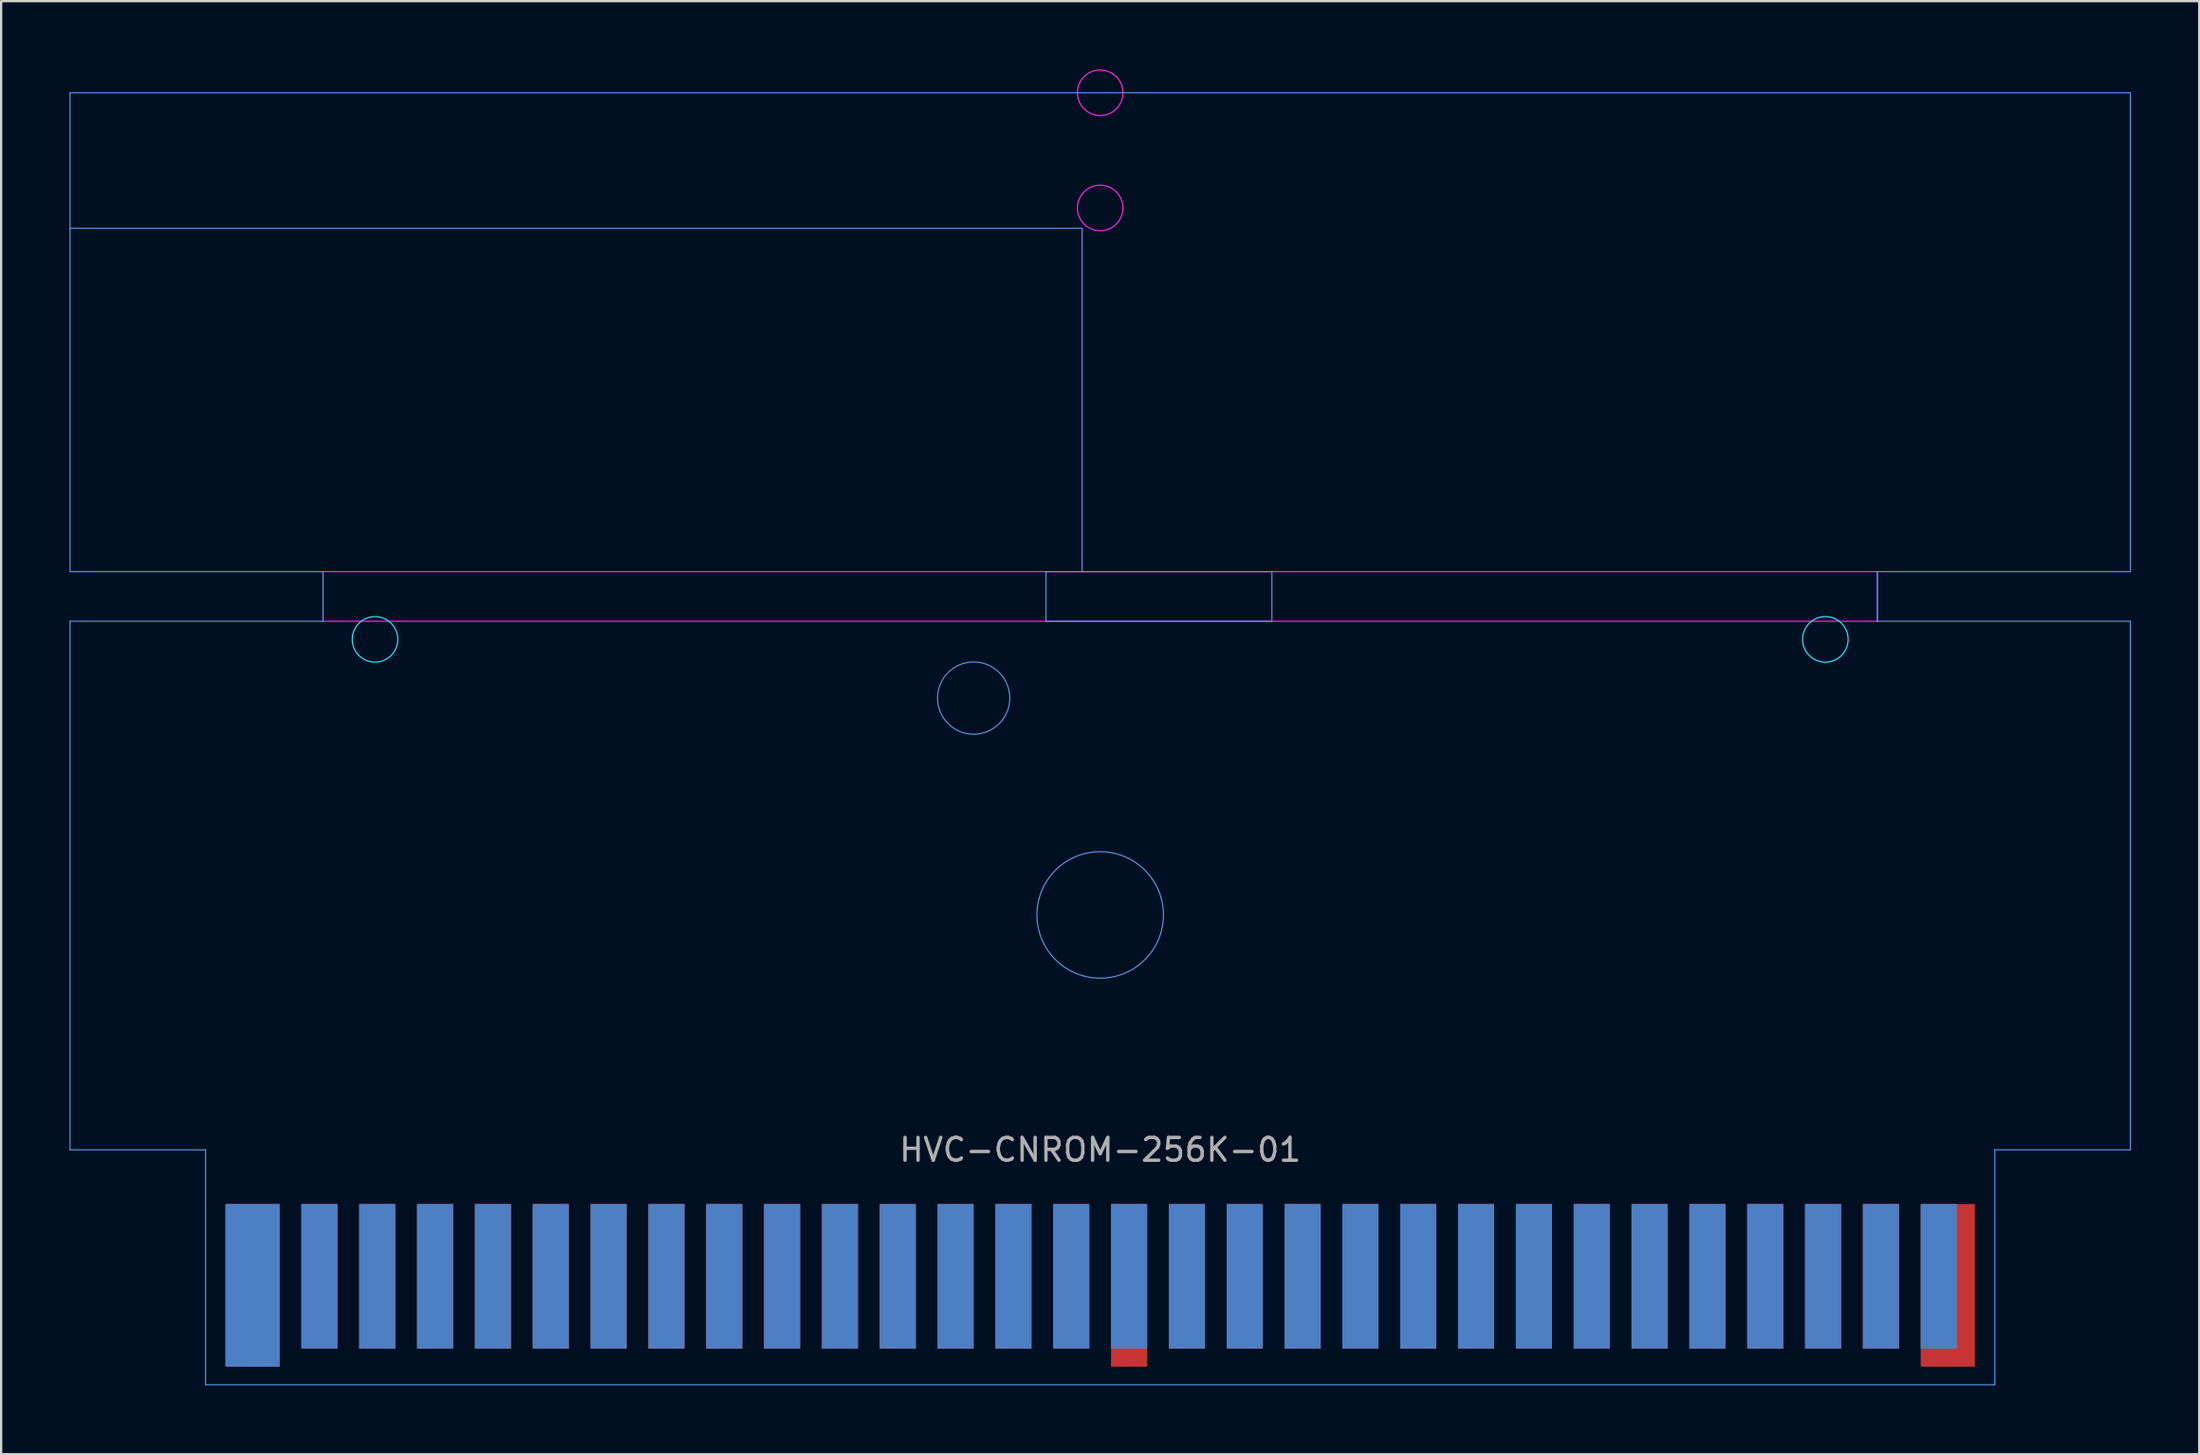
<source format=kicad_pcb>
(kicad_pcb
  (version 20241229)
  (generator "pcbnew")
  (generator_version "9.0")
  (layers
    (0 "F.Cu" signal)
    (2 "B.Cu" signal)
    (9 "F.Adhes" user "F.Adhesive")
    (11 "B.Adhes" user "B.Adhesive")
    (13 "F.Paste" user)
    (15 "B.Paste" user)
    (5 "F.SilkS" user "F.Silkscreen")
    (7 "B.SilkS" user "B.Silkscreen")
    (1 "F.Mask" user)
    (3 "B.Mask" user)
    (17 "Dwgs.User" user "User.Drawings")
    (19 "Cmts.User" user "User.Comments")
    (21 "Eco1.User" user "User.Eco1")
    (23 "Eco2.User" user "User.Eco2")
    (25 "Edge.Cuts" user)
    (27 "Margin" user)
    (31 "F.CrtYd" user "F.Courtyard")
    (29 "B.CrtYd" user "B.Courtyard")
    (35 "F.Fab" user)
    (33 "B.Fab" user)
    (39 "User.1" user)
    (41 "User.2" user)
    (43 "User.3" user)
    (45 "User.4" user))
  (footprint "HVC-CNROM-256K-01"
    (layer "F.Cu")
    (at 45.269 47.459)
    (property "Reference" "HVC-CNROM-256K-01" (at 0 0 0) (layer "F.Fab") (effects (font (size 1 1) (thickness 0.15))))
    (attr through_hole)
    (fp_poly (pts (xy 39.291 10.319) (xy -39.291 10.319) (xy -39.291 3.572) (xy 39.291 3.572)) (stroke (width 0.1) (type solid)) (fill yes) (layer "F.Mask"))
    (fp_poly (pts (xy 39.291 10.319) (xy -39.291 10.319) (xy -39.291 3.572) (xy 39.291 3.572)) (stroke (width 0.1) (type solid)) (fill yes) (layer "B.Mask"))
    (fp_line (start -45.244 -25.4) (end -45.244 -46.434) (stroke (width 0.05) (type solid)) (layer "Cmts.User"))
    (fp_line (start -45.244 0) (end -45.244 -23.217) (stroke (width 0.05) (type solid)) (layer "Cmts.User"))
    (fp_line (start -39.291 0) (end -45.244 0) (stroke (width 0.05) (type solid)) (layer "Cmts.User"))
    (fp_line (start -39.291 0) (end -39.291 10.319) (stroke (width 0.05) (type solid)) (layer "Cmts.User"))
    (fp_line (start -39.291 10.319) (end 39.291 10.319) (stroke (width 0.05) (type solid)) (layer "Cmts.User"))
    (fp_line (start -34.131 -25.4) (end -45.244 -25.4) (stroke (width 0.05) (type solid)) (layer "Cmts.User"))
    (fp_line (start -34.131 -23.217) (end -45.244 -23.217) (stroke (width 0.05) (type solid)) (layer "Cmts.User"))
    (fp_line (start -34.131 -23.217) (end -34.131 -25.4) (stroke (width 0.05) (type solid)) (layer "Cmts.User"))
    (fp_line (start -2.381 -25.4) (end -2.381 -23.217) (stroke (width 0.05) (type solid)) (layer "Cmts.User"))
    (fp_line (start -2.381 -25.4) (end 7.541 -25.4) (stroke (width 0.05) (type solid)) (layer "Cmts.User"))
    (fp_line (start -0.794 -40.481) (end -45.244 -40.481) (stroke (width 0.05) (type solid)) (layer "Cmts.User"))
    (fp_line (start -0.794 -25.4) (end -0.794 -40.481) (stroke (width 0.05) (type solid)) (layer "Cmts.User"))
    (fp_line (start 7.541 -25.4) (end 7.541 -23.217) (stroke (width 0.05) (type solid)) (layer "Cmts.User"))
    (fp_line (start 7.541 -23.217) (end -2.381 -23.217) (stroke (width 0.05) (type solid)) (layer "Cmts.User"))
    (fp_line (start 34.131 -25.4) (end 45.244 -25.4) (stroke (width 0.05) (type solid)) (layer "Cmts.User"))
    (fp_line (start 34.131 -23.217) (end 34.131 -25.4) (stroke (width 0.05) (type solid)) (layer "Cmts.User"))
    (fp_line (start 34.131 -23.217) (end 45.244 -23.217) (stroke (width 0.05) (type solid)) (layer "Cmts.User"))
    (fp_line (start 39.291 0) (end 39.291 10.319) (stroke (width 0.05) (type solid)) (layer "Cmts.User"))
    (fp_line (start 45.244 -46.434) (end -45.244 -46.434) (stroke (width 0.05) (type solid)) (layer "Cmts.User"))
    (fp_line (start 45.244 -25.4) (end 45.244 -46.434) (stroke (width 0.05) (type solid)) (layer "Cmts.User"))
    (fp_line (start 45.244 0) (end 39.291 0) (stroke (width 0.05) (type solid)) (layer "Cmts.User"))
    (fp_line (start 45.244 0) (end 45.244 -23.217) (stroke (width 0.05) (type solid)) (layer "Cmts.User"))
    (fp_circle (center -5.556 -19.844) (end -3.969 -19.844) (stroke (width 0.05) (type solid)) (fill no) (layer "Cmts.User"))
    (fp_circle (center 0 -10.319) (end 2.778 -10.319) (stroke (width 0.05) (type solid)) (fill no) (layer "Cmts.User"))
    (fp_circle (center -31.849 -22.423) (end -30.849 -22.423) (stroke (width 0.05) (type solid)) (fill no) (layer "B.CrtYd"))
    (fp_circle (center 31.849 -22.423) (end 32.849 -22.423) (stroke (width 0.05) (type solid)) (fill no) (layer "B.CrtYd"))
    (fp_line (start -34.131 -23.217) (end -34.131 -25.4) (stroke (width 0.05) (type solid)) (layer "F.CrtYd"))
    (fp_line (start 34.131 -25.4) (end -34.131 -25.4) (stroke (width 0.05) (type solid)) (layer "F.CrtYd"))
    (fp_line (start 34.131 -23.217) (end -34.131 -23.217) (stroke (width 0.05) (type solid)) (layer "F.CrtYd"))
    (fp_line (start 34.131 -23.217) (end 34.131 -25.4) (stroke (width 0.05) (type solid)) (layer "F.CrtYd"))
    (fp_circle (center 0 -46.434) (end 1 -46.434) (stroke (width 0.05) (type solid)) (fill no) (layer "F.CrtYd"))
    (fp_circle (center 0 -41.374) (end 1 -41.374) (stroke (width 0.05) (type solid)) (fill no) (layer "F.CrtYd"))
    (pad "1" connect rect (at -37.227 5.953) (size 2.381 7.144) (layers "F.Cu"))
    (pad "2" connect rect (at -34.29 5.556) (size 1.587 6.35) (layers "F.Cu"))
    (pad "3" connect rect (at -31.75 5.556) (size 1.587 6.35) (layers "F.Cu"))
    (pad "4" connect rect (at -29.21 5.556) (size 1.587 6.35) (layers "F.Cu"))
    (pad "5" connect rect (at -26.67 5.556) (size 1.587 6.35) (layers "F.Cu"))
    (pad "6" connect rect (at -24.13 5.556) (size 1.587 6.35) (layers "F.Cu"))
    (pad "7" connect rect (at -21.59 5.556) (size 1.587 6.35) (layers "F.Cu"))
    (pad "8" connect rect (at -19.05 5.556) (size 1.587 6.35) (layers "F.Cu"))
    (pad "9" connect rect (at -16.51 5.556) (size 1.587 6.35) (layers "F.Cu"))
    (pad "10" connect rect (at -13.97 5.556) (size 1.587 6.35) (layers "F.Cu"))
    (pad "11" connect rect (at -11.43 5.556) (size 1.587 6.35) (layers "F.Cu"))
    (pad "12" connect rect (at -8.89 5.556) (size 1.587 6.35) (layers "F.Cu"))
    (pad "13" connect rect (at -6.35 5.556) (size 1.587 6.35) (layers "F.Cu"))
    (pad "14" connect rect (at -3.81 5.556) (size 1.587 6.35) (layers "F.Cu"))
    (pad "15" connect rect (at -1.27 5.556) (size 1.587 6.35) (layers "F.Cu"))
    (pad "16" connect rect (at 1.27 5.953) (size 1.587 7.144) (layers "F.Cu"))
    (pad "17" connect rect (at 3.81 5.556) (size 1.587 6.35) (layers "F.Cu"))
    (pad "18" connect rect (at 6.35 5.556) (size 1.587 6.35) (layers "F.Cu"))
    (pad "19" connect rect (at 8.89 5.556) (size 1.587 6.35) (layers "F.Cu"))
    (pad "20" connect rect (at 11.43 5.556) (size 1.587 6.35) (layers "F.Cu"))
    (pad "21" connect rect (at 13.97 5.556) (size 1.587 6.35) (layers "F.Cu"))
    (pad "22" connect rect (at 16.51 5.556) (size 1.587 6.35) (layers "F.Cu"))
    (pad "23" connect rect (at 19.05 5.556) (size 1.587 6.35) (layers "F.Cu"))
    (pad "24" connect rect (at 21.59 5.556) (size 1.587 6.35) (layers "F.Cu"))
    (pad "25" connect rect (at 24.13 5.556) (size 1.587 6.35) (layers "F.Cu"))
    (pad "26" connect rect (at 26.67 5.556) (size 1.587 6.35) (layers "F.Cu"))
    (pad "27" connect rect (at 29.21 5.556) (size 1.587 6.35) (layers "F.Cu"))
    (pad "28" connect rect (at 31.75 5.556) (size 1.587 6.35) (layers "F.Cu"))
    (pad "29" connect rect (at 34.29 5.556) (size 1.587 6.35) (layers "F.Cu"))
    (pad "30" connect rect (at 37.227 5.953) (size 2.381 7.144) (layers "F.Cu"))
    (pad "31" connect rect (at -37.227 5.953) (size 2.375 7.144) (layers "B.Cu"))
    (pad "32" connect rect (at -34.29 5.556 180) (size 1.587 6.35) (layers "B.Cu"))
    (pad "33" connect rect (at -31.75 5.556 180) (size 1.587 6.35) (layers "B.Cu"))
    (pad "34" connect rect (at -29.21 5.556 180) (size 1.587 6.35) (layers "B.Cu"))
    (pad "35" connect rect (at -26.67 5.556 180) (size 1.587 6.35) (layers "B.Cu"))
    (pad "36" connect rect (at -24.13 5.556 180) (size 1.587 6.35) (layers "B.Cu"))
    (pad "37" connect rect (at -21.59 5.556 180) (size 1.587 6.35) (layers "B.Cu"))
    (pad "38" connect rect (at -19.05 5.556 180) (size 1.587 6.35) (layers "B.Cu"))
    (pad "39" connect rect (at -16.51 5.556 180) (size 1.587 6.35) (layers "B.Cu"))
    (pad "40" connect rect (at -13.97 5.556 180) (size 1.587 6.35) (layers "B.Cu"))
    (pad "41" connect rect (at -11.43 5.556 180) (size 1.587 6.35) (layers "B.Cu"))
    (pad "42" connect rect (at -8.89 5.556 180) (size 1.587 6.35) (layers "B.Cu"))
    (pad "43" connect rect (at -6.35 5.556 180) (size 1.587 6.35) (layers "B.Cu"))
    (pad "44" connect rect (at -3.81 5.556 180) (size 1.587 6.35) (layers "B.Cu"))
    (pad "45" connect rect (at -1.27 5.556 180) (size 1.587 6.35) (layers "B.Cu"))
    (pad "46" connect rect (at 1.27 5.556 180) (size 1.587 6.35) (layers "B.Cu"))
    (pad "47" connect rect (at 3.81 5.556 180) (size 1.587 6.35) (layers "B.Cu"))
    (pad "48" connect rect (at 6.35 5.556 180) (size 1.587 6.35) (layers "B.Cu"))
    (pad "49" connect rect (at 8.89 5.556 180) (size 1.587 6.35) (layers "B.Cu"))
    (pad "50" connect rect (at 11.43 5.556 180) (size 1.587 6.35) (layers "B.Cu"))
    (pad "51" connect rect (at 13.97 5.556 180) (size 1.587 6.35) (layers "B.Cu"))
    (pad "52" connect rect (at 16.51 5.556 180) (size 1.587 6.35) (layers "B.Cu"))
    (pad "53" connect rect (at 19.05 5.556 180) (size 1.587 6.35) (layers "B.Cu"))
    (pad "54" connect rect (at 21.59 5.556 180) (size 1.587 6.35) (layers "B.Cu"))
    (pad "55" connect rect (at 24.13 5.556 180) (size 1.587 6.35) (layers "B.Cu"))
    (pad "56" connect rect (at 26.67 5.556 180) (size 1.587 6.35) (layers "B.Cu"))
    (pad "57" connect rect (at 29.21 5.556 180) (size 1.587 6.35) (layers "B.Cu"))
    (pad "58" connect rect (at 31.75 5.556 180) (size 1.587 6.35) (layers "B.Cu"))
    (pad "59" connect rect (at 34.29 5.556 180) (size 1.587 6.35) (layers "B.Cu"))
    (pad "60" connect rect (at 36.83 5.556 180) (size 1.587 6.35) (layers "B.Cu")))
  (gr_rect
    (start -3 -3)
    (end 93.537 60.828)
    (stroke (width 0.1) (type default))
    (fill no)
    (layer "Edge.Cuts")))
</source>
